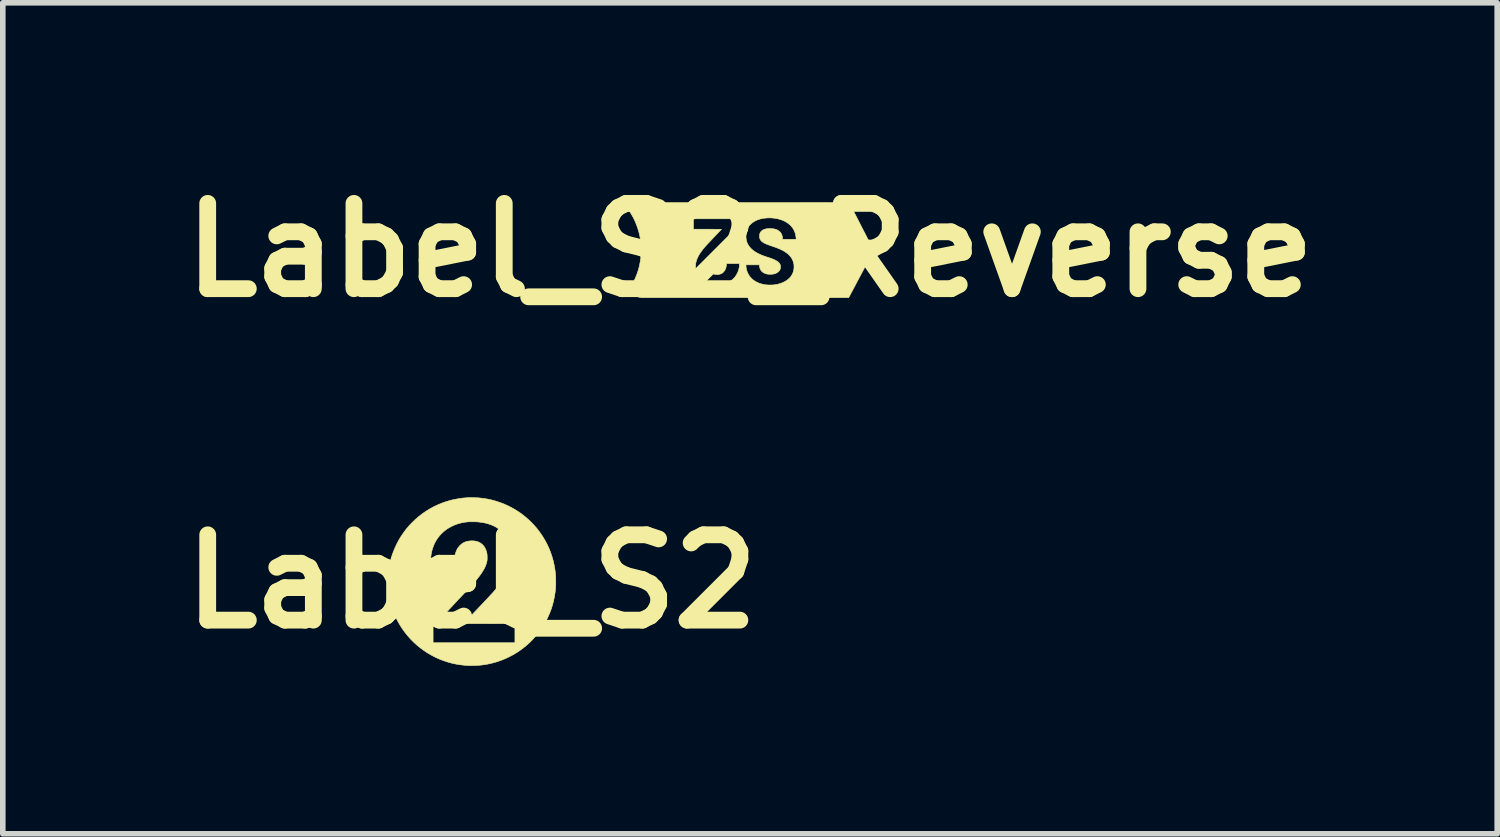
<source format=kicad_pcb>
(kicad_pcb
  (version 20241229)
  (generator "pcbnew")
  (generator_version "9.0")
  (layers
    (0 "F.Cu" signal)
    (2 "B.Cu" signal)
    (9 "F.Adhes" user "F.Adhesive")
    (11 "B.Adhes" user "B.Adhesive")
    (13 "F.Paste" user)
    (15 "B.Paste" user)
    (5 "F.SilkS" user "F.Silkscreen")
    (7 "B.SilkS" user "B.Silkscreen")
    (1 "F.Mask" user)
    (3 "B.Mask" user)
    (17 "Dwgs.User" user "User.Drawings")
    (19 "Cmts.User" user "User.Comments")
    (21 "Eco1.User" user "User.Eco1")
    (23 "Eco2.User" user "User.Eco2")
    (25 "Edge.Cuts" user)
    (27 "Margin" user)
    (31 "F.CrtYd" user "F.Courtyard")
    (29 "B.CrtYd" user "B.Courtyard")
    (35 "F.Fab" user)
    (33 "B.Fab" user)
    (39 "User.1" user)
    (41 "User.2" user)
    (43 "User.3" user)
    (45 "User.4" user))
  (footprint "Label_S2"
    (layer "F.Cu")
    (at 5.378 7.339)
    (property "Reference" "Label_S2" (at 0 0 0) (layer "F.SilkS") (effects (font (size 1.524 1.524) (thickness 0.3))))
    (attr through_hole)
    (fp_poly (pts (xy 0.014 -1.498) (xy 0.039 -1.498) (xy 0.063 -1.497) (xy 0.086 -1.497) (xy 0.107 -1.496) (xy 0.124 -1.495) (xy 0.13 -1.494) (xy 0.211 -1.485) (xy 0.289 -1.472) (xy 0.365 -1.455) (xy 0.44 -1.434) (xy 0.513 -1.409) (xy 0.586 -1.381) (xy 0.658 -1.348) (xy 0.679 -1.337) (xy 0.75 -1.299) (xy 0.819 -1.257) (xy 0.885 -1.212) (xy 0.948 -1.163) (xy 1.008 -1.111) (xy 1.065 -1.057) (xy 1.12 -0.999) (xy 1.171 -0.939) (xy 1.218 -0.877) (xy 1.263 -0.811) (xy 1.304 -0.744) (xy 1.341 -0.675) (xy 1.375 -0.603) (xy 1.405 -0.53) (xy 1.431 -0.454) (xy 1.453 -0.378) (xy 1.471 -0.299) (xy 1.485 -0.22) (xy 1.49 -0.182) (xy 1.493 -0.16) (xy 1.495 -0.14) (xy 1.497 -0.121) (xy 1.498 -0.103) (xy 1.499 -0.084) (xy 1.5 -0.064) (xy 1.5 -0.042) (xy 1.5 -0.016) (xy 1.5 0.001) (xy 1.5 0.029) (xy 1.5 0.053) (xy 1.5 0.074) (xy 1.499 0.093) (xy 1.498 0.112) (xy 1.496 0.13) (xy 1.495 0.15) (xy 1.492 0.17) (xy 1.49 0.184) (xy 1.478 0.264) (xy 1.462 0.343) (xy 1.442 0.421) (xy 1.418 0.496) (xy 1.389 0.571) (xy 1.357 0.643) (xy 1.322 0.714) (xy 1.283 0.782) (xy 1.24 0.848) (xy 1.194 0.912) (xy 1.144 0.973) (xy 1.091 1.032) (xy 1.036 1.088) (xy 0.977 1.141) (xy 0.915 1.191) (xy 0.851 1.238) (xy 0.783 1.282) (xy 0.713 1.322) (xy 0.664 1.347) (xy 0.59 1.381) (xy 0.515 1.411) (xy 0.438 1.437) (xy 0.36 1.458) (xy 0.28 1.476) (xy 0.199 1.489) (xy 0.132 1.496) (xy 0.122 1.497) (xy 0.108 1.498) (xy 0.091 1.498) (xy 0.072 1.499) (xy 0.052 1.5) (xy 0.031 1.5) (xy 0.011 1.501) (xy -0.009 1.501) (xy -0.028 1.501) (xy -0.045 1.501) (xy -0.058 1.501) (xy -0.069 1.501) (xy -0.072 1.5) (xy -0.078 1.5) (xy -0.088 1.499) (xy -0.099 1.498) (xy -0.112 1.497) (xy -0.115 1.497) (xy -0.193 1.489) (xy -0.271 1.477) (xy -0.348 1.461) (xy -0.425 1.44) (xy -0.5 1.415) (xy -0.574 1.387) (xy -0.646 1.355) (xy -0.717 1.318) (xy -0.786 1.279) (xy -0.852 1.235) (xy -0.916 1.188) (xy -0.978 1.138) (xy -1.032 1.089) (xy -1.09 1.031) (xy -1.144 0.97) (xy -1.195 0.907) (xy -1.242 0.842) (xy -1.285 0.774) (xy -1.325 0.704) (xy -1.36 0.632) (xy -1.392 0.558) (xy -1.42 0.483) (xy -1.444 0.405) (xy -1.464 0.326) (xy -1.479 0.246) (xy -1.491 0.164) (xy -1.494 0.13) (xy -1.496 0.113) (xy -1.497 0.091) (xy -1.498 0.067) (xy -1.498 0.041) (xy -1.498 0.014) (xy -1.498 -0.013) (xy -1.498 -0.04) (xy -1.498 -0.066) (xy -1.497 -0.09) (xy -1.496 -0.111) (xy -1.494 -0.129) (xy -1.494 -0.129) (xy -1.485 -0.208) (xy -1.472 -0.285) (xy -1.456 -0.36) (xy -1.453 -0.369) (xy -0.733 -0.369) (xy -0.309 -0.369) (xy -0.309 -0.383) (xy -0.309 -0.399) (xy -0.307 -0.418) (xy -0.305 -0.438) (xy -0.302 -0.459) (xy -0.299 -0.472) (xy -0.289 -0.511) (xy -0.276 -0.547) (xy -0.26 -0.581) (xy -0.24 -0.611) (xy -0.216 -0.639) (xy -0.215 -0.641) (xy -0.19 -0.664) (xy -0.163 -0.684) (xy -0.135 -0.7) (xy -0.104 -0.712) (xy -0.072 -0.72) (xy -0.037 -0.725) (xy -0.001 -0.727) (xy 0.034 -0.726) (xy 0.067 -0.722) (xy 0.096 -0.715) (xy 0.123 -0.705) (xy 0.148 -0.692) (xy 0.172 -0.676) (xy 0.175 -0.674) (xy 0.199 -0.652) (xy 0.22 -0.627) (xy 0.237 -0.599) (xy 0.252 -0.568) (xy 0.263 -0.534) (xy 0.271 -0.502) (xy 0.272 -0.49) (xy 0.274 -0.475) (xy 0.275 -0.457) (xy 0.275 -0.439) (xy 0.276 -0.421) (xy 0.275 -0.404) (xy 0.275 -0.389) (xy 0.274 -0.381) (xy 0.269 -0.35) (xy 0.26 -0.319) (xy 0.249 -0.287) (xy 0.235 -0.254) (xy 0.217 -0.22) (xy 0.196 -0.184) (xy 0.172 -0.147) (xy 0.144 -0.108) (xy 0.113 -0.067) (xy 0.101 -0.052) (xy 0.095 -0.044) (xy 0.089 -0.037) (xy 0.083 -0.03) (xy 0.077 -0.022) (xy 0.071 -0.014) (xy 0.064 -0.006) (xy 0.056 0.002) (xy 0.048 0.012) (xy 0.039 0.022) (xy 0.029 0.033) (xy 0.018 0.045) (xy 0.005 0.059) (xy -0.008 0.074) (xy -0.023 0.09) (xy -0.04 0.108) (xy -0.058 0.128) (xy -0.079 0.149) (xy -0.101 0.173) (xy -0.125 0.199) (xy -0.151 0.227) (xy -0.18 0.258) (xy -0.211 0.291) (xy -0.245 0.327) (xy -0.282 0.366) (xy -0.321 0.408) (xy -0.341 0.43) (xy -0.691 0.803) (xy -0.691 0.948) (xy -0.691 1.093) (xy 0.771 1.093) (xy 0.771 0.753) (xy 0.312 0.752) (xy -0.146 0.752) (xy 0.088 0.505) (xy 0.124 0.467) (xy 0.157 0.433) (xy 0.187 0.401) (xy 0.214 0.372) (xy 0.239 0.346) (xy 0.262 0.322) (xy 0.282 0.3) (xy 0.301 0.28) (xy 0.318 0.262) (xy 0.333 0.245) (xy 0.347 0.23) (xy 0.359 0.217) (xy 0.371 0.205) (xy 0.381 0.193) (xy 0.39 0.183) (xy 0.399 0.173) (xy 0.407 0.163) (xy 0.415 0.154) (xy 0.422 0.145) (xy 0.43 0.136) (xy 0.437 0.127) (xy 0.445 0.117) (xy 0.453 0.107) (xy 0.456 0.104) (xy 0.494 0.055) (xy 0.529 0.007) (xy 0.56 -0.038) (xy 0.587 -0.083) (xy 0.611 -0.126) (xy 0.632 -0.168) (xy 0.65 -0.21) (xy 0.666 -0.252) (xy 0.678 -0.294) (xy 0.681 -0.305) (xy 0.692 -0.353) (xy 0.698 -0.401) (xy 0.701 -0.449) (xy 0.701 -0.498) (xy 0.697 -0.55) (xy 0.697 -0.556) (xy 0.689 -0.608) (xy 0.677 -0.657) (xy 0.662 -0.703) (xy 0.644 -0.747) (xy 0.621 -0.789) (xy 0.596 -0.827) (xy 0.566 -0.864) (xy 0.545 -0.886) (xy 0.51 -0.918) (xy 0.473 -0.946) (xy 0.433 -0.972) (xy 0.389 -0.995) (xy 0.343 -1.014) (xy 0.294 -1.031) (xy 0.242 -1.045) (xy 0.186 -1.055) (xy 0.128 -1.063) (xy 0.111 -1.065) (xy 0.091 -1.066) (xy 0.068 -1.067) (xy 0.044 -1.068) (xy 0.02 -1.068) (xy -0.004 -1.068) (xy -0.026 -1.068) (xy -0.045 -1.068) (xy -0.06 -1.067) (xy -0.117 -1.061) (xy -0.171 -1.052) (xy -0.223 -1.039) (xy -0.273 -1.023) (xy -0.322 -1.004) (xy -0.363 -0.984) (xy -0.399 -0.965) (xy -0.431 -0.946) (xy -0.46 -0.925) (xy -0.488 -0.904) (xy -0.515 -0.88) (xy -0.536 -0.86) (xy -0.56 -0.836) (xy -0.58 -0.813) (xy -0.599 -0.789) (xy -0.616 -0.765) (xy -0.633 -0.739) (xy -0.645 -0.719) (xy -0.666 -0.679) (xy -0.684 -0.636) (xy -0.7 -0.591) (xy -0.713 -0.545) (xy -0.723 -0.499) (xy -0.73 -0.453) (xy -0.733 -0.408) (xy -0.733 -0.394) (xy -0.733 -0.369) (xy -1.453 -0.369) (xy -1.436 -0.433) (xy -1.412 -0.504) (xy -1.384 -0.575) (xy -1.352 -0.646) (xy -1.342 -0.668) (xy -1.304 -0.74) (xy -1.262 -0.809) (xy -1.217 -0.875) (xy -1.169 -0.939) (xy -1.117 -1) (xy -1.062 -1.057) (xy -1.005 -1.112) (xy -0.944 -1.164) (xy -0.881 -1.213) (xy -0.815 -1.258) (xy -0.747 -1.3) (xy -0.677 -1.338) (xy -0.604 -1.372) (xy -0.529 -1.403) (xy -0.472 -1.423) (xy -0.401 -1.445) (xy -0.329 -1.463) (xy -0.255 -1.477) (xy -0.179 -1.489) (xy -0.115 -1.495) (xy -0.1 -1.496) (xy -0.082 -1.497) (xy -0.06 -1.498) (xy -0.037 -1.498) (xy -0.012 -1.498) (xy 0.014 -1.498)) (stroke (width 0.01) (type solid)) (fill yes) (layer "F.SilkS")))
  (footprint "Label_S2_Reverse"
    (layer "F.Cu")
    (at 10.349 1.418)
    (property "Reference" "Label_S2_Reverse" (at 0 0 0) (layer "F.SilkS") (effects (font (size 1.524 1.524) (thickness 0.3))))
    (attr through_hole)
    (fp_poly (pts (xy -1.055 -0.85) (xy -0.986 -0.85) (xy -0.914 -0.85) (xy -0.838 -0.85) (xy -0.759 -0.85) (xy -0.676 -0.85) (xy -0.589 -0.85) (xy -0.498 -0.85) (xy -0.403 -0.85) (xy -0.304 -0.85) (xy -0.201 -0.85) (xy -0.094 -0.85) (xy -0.073 -0.85) (xy 1.771 -0.849) (xy 1.979 -0.443) (xy 1.999 -0.403) (xy 2.019 -0.364) (xy 2.039 -0.325) (xy 2.058 -0.289) (xy 2.076 -0.253) (xy 2.093 -0.22) (xy 2.109 -0.188) (xy 2.124 -0.158) (xy 2.139 -0.13) (xy 2.151 -0.105) (xy 2.163 -0.083) (xy 2.173 -0.063) (xy 2.181 -0.046) (xy 2.188 -0.033) (xy 2.193 -0.023) (xy 2.197 -0.016) (xy 2.198 -0.014) (xy 2.209 0.008) (xy 1.986 0.428) (xy 1.763 0.849) (xy -0.081 0.849) (xy -0.171 0.849) (xy -0.26 0.849) (xy -0.348 0.849) (xy -0.434 0.849) (xy -0.52 0.849) (xy -0.603 0.849) (xy -0.686 0.849) (xy -0.766 0.849) (xy -0.845 0.849) (xy -0.922 0.849) (xy -0.997 0.849) (xy -1.069 0.849) (xy -1.14 0.849) (xy -1.208 0.849) (xy -1.274 0.849) (xy -1.337 0.849) (xy -1.398 0.849) (xy -1.456 0.849) (xy -1.511 0.849) (xy -1.563 0.849) (xy -1.613 0.849) (xy -1.659 0.849) (xy -1.702 0.849) (xy -1.741 0.849) (xy -1.777 0.849) (xy -1.81 0.849) (xy -1.839 0.849) (xy -1.864 0.849) (xy -1.885 0.849) (xy -1.903 0.849) (xy -1.916 0.849) (xy -1.925 0.849) (xy -1.93 0.849) (xy -1.931 0.849) (xy -1.975 0.842) (xy -2.02 0.832) (xy -2.065 0.82) (xy -2.109 0.806) (xy -2.137 0.795) (xy -2.145 0.792) (xy -2.155 0.788) (xy -2.166 0.783) (xy -2.177 0.778) (xy -2.188 0.774) (xy -2.196 0.77) (xy -2.203 0.766) (xy -2.206 0.765) (xy -2.205 0.763) (xy -2.201 0.758) (xy -2.196 0.751) (xy -2.19 0.743) (xy -2.186 0.738) (xy -2.145 0.679) (xy -2.108 0.617) (xy -2.074 0.554) (xy -2.044 0.489) (xy -2.018 0.422) (xy -1.995 0.354) (xy -1.977 0.285) (xy -1.963 0.214) (xy -1.952 0.143) (xy -1.946 0.072) (xy -1.944 -0.001) (xy -1.946 -0.073) (xy -1.952 -0.145) (xy -1.962 -0.217) (xy -1.97 -0.257) (xy -1.987 -0.327) (xy -2.008 -0.396) (xy -2.033 -0.464) (xy -2.061 -0.53) (xy -2.075 -0.559) (xy -1.011 -0.559) (xy -1.011 -0.373) (xy -0.761 -0.373) (xy -0.51 -0.372) (xy -0.646 -0.229) (xy -0.667 -0.207) (xy -0.687 -0.185) (xy -0.707 -0.164) (xy -0.726 -0.144) (xy -0.744 -0.125) (xy -0.76 -0.108) (xy -0.774 -0.092) (xy -0.787 -0.079) (xy -0.797 -0.068) (xy -0.804 -0.06) (xy -0.808 -0.055) (xy -0.839 -0.018) (xy -0.867 0.018) (xy -0.891 0.053) (xy -0.912 0.086) (xy -0.929 0.118) (xy -0.944 0.15) (xy -0.955 0.181) (xy -0.964 0.212) (xy -0.968 0.228) (xy -0.97 0.244) (xy -0.972 0.263) (xy -0.973 0.284) (xy -0.973 0.305) (xy -0.972 0.326) (xy -0.971 0.346) (xy -0.969 0.362) (xy -0.969 0.362) (xy -0.96 0.399) (xy -0.949 0.433) (xy -0.934 0.464) (xy -0.921 0.485) (xy -0.905 0.505) (xy -0.886 0.526) (xy -0.864 0.545) (xy -0.84 0.562) (xy -0.816 0.577) (xy -0.809 0.581) (xy -0.776 0.595) (xy -0.74 0.606) (xy -0.702 0.615) (xy -0.662 0.621) (xy -0.621 0.624) (xy -0.578 0.624) (xy -0.553 0.623) (xy -0.51 0.617) (xy -0.469 0.608) (xy -0.43 0.595) (xy -0.393 0.579) (xy -0.359 0.56) (xy -0.327 0.537) (xy -0.298 0.512) (xy -0.272 0.484) (xy -0.249 0.453) (xy -0.23 0.419) (xy -0.214 0.384) (xy -0.201 0.345) (xy -0.197 0.327) (xy -0.194 0.313) (xy -0.192 0.298) (xy -0.19 0.282) (xy -0.189 0.267) (xy -0.188 0.263) (xy -0.074 0.263) (xy -0.072 0.287) (xy -0.068 0.324) (xy -0.06 0.361) (xy -0.047 0.396) (xy -0.031 0.429) (xy -0.012 0.461) (xy 0.011 0.49) (xy 0.037 0.516) (xy 0.04 0.519) (xy 0.072 0.544) (xy 0.107 0.565) (xy 0.144 0.584) (xy 0.184 0.599) (xy 0.227 0.61) (xy 0.271 0.619) (xy 0.317 0.623) (xy 0.364 0.624) (xy 0.403 0.623) (xy 0.45 0.618) (xy 0.494 0.61) (xy 0.536 0.598) (xy 0.576 0.584) (xy 0.612 0.567) (xy 0.646 0.548) (xy 0.677 0.525) (xy 0.704 0.501) (xy 0.728 0.473) (xy 0.731 0.469) (xy 0.74 0.457) (xy 0.749 0.442) (xy 0.757 0.425) (xy 0.765 0.409) (xy 0.771 0.393) (xy 0.775 0.382) (xy 0.781 0.354) (xy 0.785 0.324) (xy 0.786 0.294) (xy 0.785 0.265) (xy 0.783 0.251) (xy 0.775 0.216) (xy 0.763 0.182) (xy 0.747 0.151) (xy 0.727 0.121) (xy 0.703 0.093) (xy 0.676 0.068) (xy 0.657 0.053) (xy 0.638 0.039) (xy 0.618 0.026) (xy 0.596 0.013) (xy 0.572 0.000138) (xy 0.546 -0.012) (xy 0.517 -0.025) (xy 0.486 -0.038) (xy 0.451 -0.051) (xy 0.412 -0.064) (xy 0.384 -0.074) (xy 0.349 -0.086) (xy 0.317 -0.098) (xy 0.289 -0.109) (xy 0.265 -0.12) (xy 0.244 -0.131) (xy 0.227 -0.142) (xy 0.212 -0.153) (xy 0.2 -0.165) (xy 0.19 -0.177) (xy 0.182 -0.19) (xy 0.176 -0.204) (xy 0.172 -0.219) (xy 0.171 -0.226) (xy 0.169 -0.248) (xy 0.17 -0.27) (xy 0.174 -0.291) (xy 0.181 -0.309) (xy 0.186 -0.318) (xy 0.193 -0.328) (xy 0.203 -0.338) (xy 0.213 -0.348) (xy 0.224 -0.356) (xy 0.227 -0.358) (xy 0.248 -0.368) (xy 0.27 -0.376) (xy 0.296 -0.381) (xy 0.324 -0.384) (xy 0.351 -0.385) (xy 0.384 -0.384) (xy 0.414 -0.381) (xy 0.441 -0.376) (xy 0.465 -0.369) (xy 0.488 -0.36) (xy 0.489 -0.359) (xy 0.512 -0.345) (xy 0.532 -0.328) (xy 0.549 -0.309) (xy 0.562 -0.287) (xy 0.572 -0.262) (xy 0.578 -0.234) (xy 0.58 -0.214) (xy 0.581 -0.192) (xy 0.824 -0.192) (xy 0.823 -0.213) (xy 0.818 -0.254) (xy 0.81 -0.293) (xy 0.797 -0.329) (xy 0.782 -0.363) (xy 0.762 -0.395) (xy 0.739 -0.425) (xy 0.712 -0.452) (xy 0.68 -0.477) (xy 0.665 -0.488) (xy 0.628 -0.511) (xy 0.588 -0.53) (xy 0.546 -0.545) (xy 0.501 -0.558) (xy 0.455 -0.567) (xy 0.407 -0.573) (xy 0.358 -0.576) (xy 0.308 -0.575) (xy 0.257 -0.57) (xy 0.245 -0.569) (xy 0.202 -0.561) (xy 0.162 -0.55) (xy 0.124 -0.536) (xy 0.088 -0.519) (xy 0.056 -0.499) (xy 0.027 -0.477) (xy 0.015 -0.466) (xy -0.001 -0.45) (xy -0.014 -0.436) (xy -0.024 -0.421) (xy -0.034 -0.405) (xy -0.041 -0.393) (xy -0.052 -0.369) (xy -0.061 -0.344) (xy -0.067 -0.319) (xy -0.07 -0.291) (xy -0.072 -0.265) (xy -0.072 -0.235) (xy -0.07 -0.208) (xy -0.066 -0.182) (xy -0.063 -0.168) (xy -0.053 -0.134) (xy -0.038 -0.103) (xy -0.02 -0.073) (xy 0.002 -0.045) (xy 0.028 -0.018) (xy 0.058 0.007) (xy 0.092 0.031) (xy 0.13 0.053) (xy 0.162 0.069) (xy 0.181 0.078) (xy 0.201 0.087) (xy 0.222 0.096) (xy 0.245 0.104) (xy 0.27 0.113) (xy 0.299 0.123) (xy 0.316 0.128) (xy 0.341 0.136) (xy 0.363 0.144) (xy 0.382 0.15) (xy 0.398 0.157) (xy 0.413 0.163) (xy 0.427 0.169) (xy 0.441 0.175) (xy 0.455 0.182) (xy 0.455 0.182) (xy 0.479 0.196) (xy 0.499 0.209) (xy 0.515 0.223) (xy 0.527 0.238) (xy 0.536 0.254) (xy 0.542 0.271) (xy 0.545 0.289) (xy 0.545 0.292) (xy 0.544 0.315) (xy 0.54 0.336) (xy 0.532 0.355) (xy 0.519 0.373) (xy 0.514 0.379) (xy 0.496 0.395) (xy 0.475 0.408) (xy 0.452 0.419) (xy 0.425 0.426) (xy 0.395 0.431) (xy 0.377 0.432) (xy 0.344 0.432) (xy 0.313 0.429) (xy 0.284 0.423) (xy 0.259 0.413) (xy 0.236 0.401) (xy 0.216 0.386) (xy 0.2 0.368) (xy 0.187 0.348) (xy 0.177 0.325) (xy 0.171 0.299) (xy 0.168 0.281) (xy 0.167 0.263) (xy -0.074 0.263) (xy -0.188 0.263) (xy -0.188 0.254) (xy -0.188 0.25) (xy -0.188 0.241) (xy -0.419 0.241) (xy -0.421 0.253) (xy -0.422 0.263) (xy -0.423 0.273) (xy -0.423 0.278) (xy -0.428 0.304) (xy -0.435 0.33) (xy -0.446 0.354) (xy -0.453 0.366) (xy -0.47 0.387) (xy -0.488 0.405) (xy -0.509 0.419) (xy -0.532 0.428) (xy -0.557 0.435) (xy -0.585 0.437) (xy -0.598 0.437) (xy -0.622 0.435) (xy -0.642 0.43) (xy -0.659 0.424) (xy -0.675 0.415) (xy -0.69 0.403) (xy -0.696 0.398) (xy -0.71 0.381) (xy -0.721 0.364) (xy -0.73 0.344) (xy -0.736 0.322) (xy -0.74 0.296) (xy -0.74 0.295) (xy -0.741 0.275) (xy -0.74 0.256) (xy -0.738 0.237) (xy -0.734 0.221) (xy -0.727 0.199) (xy -0.716 0.175) (xy -0.702 0.148) (xy -0.684 0.12) (xy -0.663 0.091) (xy -0.639 0.06) (xy -0.612 0.028) (xy -0.606 0.021) (xy -0.602 0.017) (xy -0.596 0.01) (xy -0.586 -0.000337) (xy -0.575 -0.013) (xy -0.561 -0.028) (xy -0.545 -0.045) (xy -0.527 -0.064) (xy -0.508 -0.084) (xy -0.487 -0.106) (xy -0.465 -0.13) (xy -0.443 -0.154) (xy -0.419 -0.179) (xy -0.4 -0.2) (xy -0.212 -0.4) (xy -0.212 -0.559) (xy -1.011 -0.559) (xy -2.075 -0.559) (xy -2.093 -0.594) (xy -2.129 -0.656) (xy -2.167 -0.715) (xy -2.187 -0.741) (xy -2.194 -0.752) (xy -2.199 -0.759) (xy -2.201 -0.764) (xy -2.202 -0.766) (xy -2.201 -0.767) (xy -2.198 -0.768) (xy -2.192 -0.771) (xy -2.183 -0.775) (xy -2.173 -0.78) (xy -2.165 -0.783) (xy -2.123 -0.8) (xy -2.079 -0.815) (xy -2.032 -0.828) (xy -1.986 -0.839) (xy -1.947 -0.846) (xy -1.945 -0.846) (xy -1.943 -0.846) (xy -1.941 -0.847) (xy -1.939 -0.847) (xy -1.936 -0.847) (xy -1.933 -0.847) (xy -1.929 -0.847) (xy -1.925 -0.848) (xy -1.92 -0.848) (xy -1.914 -0.848) (xy -1.907 -0.848) (xy -1.899 -0.848) (xy -1.89 -0.848) (xy -1.88 -0.849) (xy -1.869 -0.849) (xy -1.856 -0.849) (xy -1.842 -0.849) (xy -1.827 -0.849) (xy -1.809 -0.849) (xy -1.791 -0.849) (xy -1.77 -0.849) (xy -1.747 -0.849) (xy -1.722 -0.849) (xy -1.696 -0.85) (xy -1.667 -0.85) (xy -1.636 -0.85) (xy -1.602 -0.85) (xy -1.567 -0.85) (xy -1.528 -0.85) (xy -1.487 -0.85) (xy -1.443 -0.85) (xy -1.397 -0.85) (xy -1.348 -0.85) (xy -1.295 -0.85) (xy -1.24 -0.85) (xy -1.181 -0.85) (xy -1.12 -0.85) (xy -1.055 -0.85)) (stroke (width 0.01) (type solid)) (fill yes) (layer "F.SilkS")))
  (gr_rect
    (start -3 -3)
    (end 23.697 11.845)
    (stroke (width 0.1) (type default))
    (fill no)
    (layer "Edge.Cuts")))
</source>
